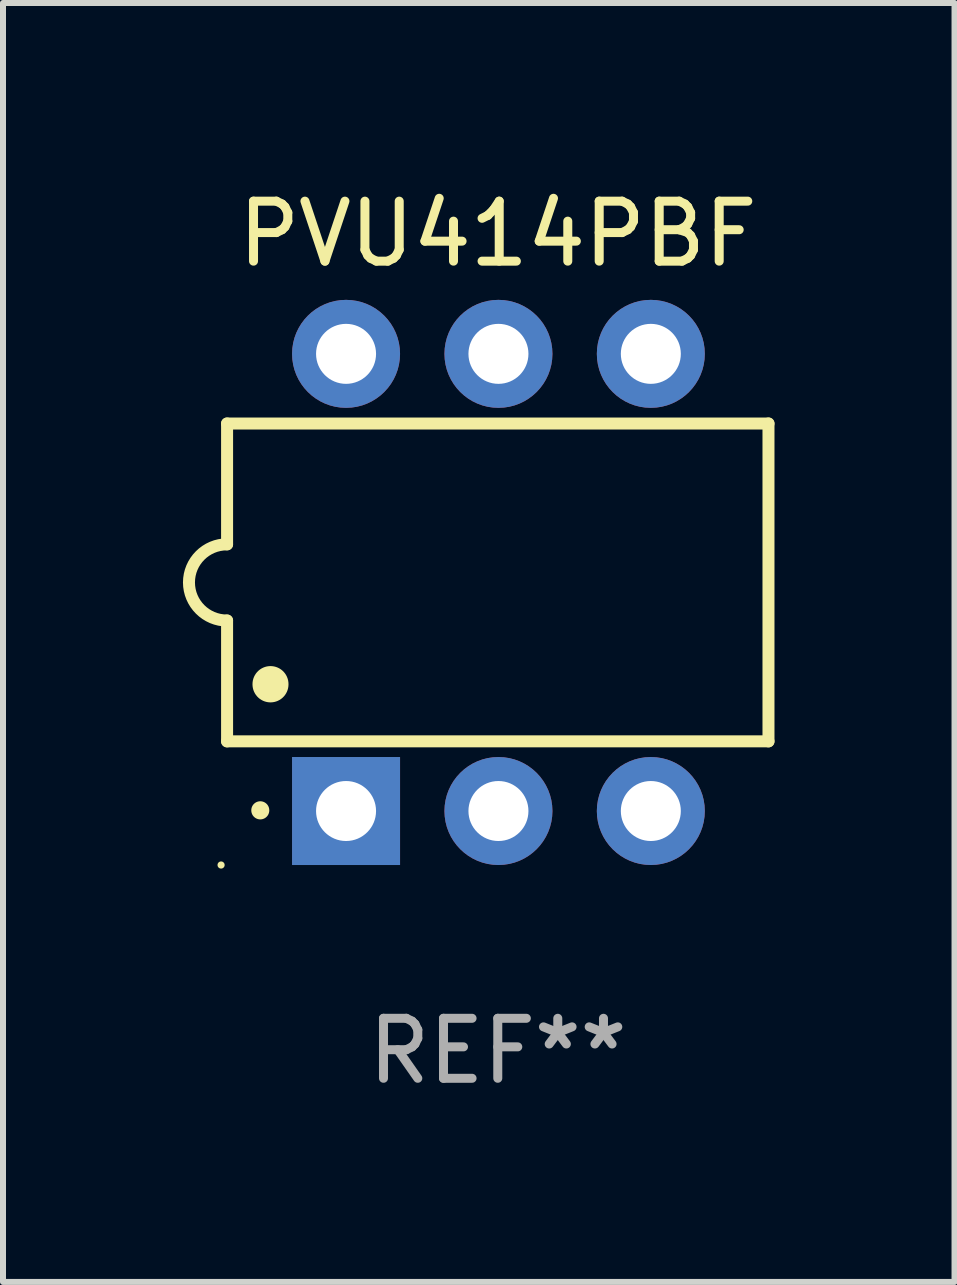
<source format=kicad_pcb>
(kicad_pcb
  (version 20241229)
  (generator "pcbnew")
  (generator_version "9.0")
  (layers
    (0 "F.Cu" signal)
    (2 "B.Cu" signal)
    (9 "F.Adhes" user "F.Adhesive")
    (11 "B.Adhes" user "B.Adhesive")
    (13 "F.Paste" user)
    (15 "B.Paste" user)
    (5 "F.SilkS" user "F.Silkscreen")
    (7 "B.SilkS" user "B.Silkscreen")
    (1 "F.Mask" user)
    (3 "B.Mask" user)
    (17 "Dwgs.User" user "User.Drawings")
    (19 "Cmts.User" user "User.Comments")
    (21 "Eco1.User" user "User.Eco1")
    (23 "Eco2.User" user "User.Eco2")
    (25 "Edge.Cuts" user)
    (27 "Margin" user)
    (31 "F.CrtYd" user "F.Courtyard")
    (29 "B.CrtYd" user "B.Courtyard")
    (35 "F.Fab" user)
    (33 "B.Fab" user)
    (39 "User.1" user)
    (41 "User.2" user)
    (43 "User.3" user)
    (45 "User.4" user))
  (footprint "PVU414PBF"
    (layer "F.Cu")
    (at 5.247 6.658)
    (property "Reference" "PVU414PBF" (at 0 -5.81 0) (layer "F.SilkS") (effects (font (size 1 1) (thickness 0.15))))
    (attr through_hole)
    (fp_line (start -4.512 -2.649) (end 4.512 -2.649) (stroke (width 0.2) (type solid)) (layer "F.SilkS"))
    (fp_line (start -4.512 -0.635) (end -4.512 -2.649) (stroke (width 0.2) (type solid)) (layer "F.SilkS"))
    (fp_line (start -4.512 2.649) (end -4.512 0.635) (stroke (width 0.2) (type solid)) (layer "F.SilkS"))
    (fp_line (start 4.512 -2.649) (end 4.512 2.649) (stroke (width 0.2) (type solid)) (layer "F.SilkS"))
    (fp_line (start 4.512 2.649) (end -4.512 2.649) (stroke (width 0.2) (type solid)) (layer "F.SilkS"))
    (fp_arc (start -4.512319 0.635001) (mid -5.14732 0) (end -4.512319 -0.635001) (stroke (width 0.2) (type solid)) (layer "F.SilkS"))
    (fp_arc (start -3.958598 3.799848) (mid -3.958603 3.798578) (end -3.958598 3.797308) (stroke (width 0.3) (type solid)) (layer "F.SilkS"))
    (fp_arc (start -3.788418 1.699263) (mid -3.788429 1.696723) (end -3.788418 1.694183) (stroke (width 0.6) (type solid)) (layer "F.SilkS"))
    (fp_circle (center -4.612 4.71) (end -4.582 4.71) (stroke (width 0.06) (type solid)) (fill no) (layer "F.SilkS"))
    (fp_text user "REF**" (at 0 7.81 0) (layer "F.Fab") (effects (font (size 1 1) (thickness 0.15))))
    (pad "1" thru_hole rect (at -2.529 3.81 90) (size 1.8 1.8) (drill 1) (layers "*.Cu" "*.Mask"))
    (pad "2" thru_hole circle (at 0.011 3.81) (size 1.8 1.8) (drill 1) (layers "*.Cu" "*.Mask"))
    (pad "3" thru_hole circle (at 2.551 3.81) (size 1.8 1.8) (drill 1) (layers "*.Cu" "*.Mask"))
    (pad "4" thru_hole circle (at 2.551 -3.81) (size 1.8 1.8) (drill 1) (layers "*.Cu" "*.Mask"))
    (pad "5" thru_hole circle (at 0.011 -3.81) (size 1.8 1.8) (drill 1) (layers "*.Cu" "*.Mask"))
    (pad "6" thru_hole circle (at -2.529 -3.81) (size 1.8 1.8) (drill 1) (layers "*.Cu" "*.Mask")))
  (gr_rect
    (start -3 -3)
    (end 12.86 18.317)
    (stroke (width 0.1) (type default))
    (fill no)
    (layer "Edge.Cuts")))
</source>
